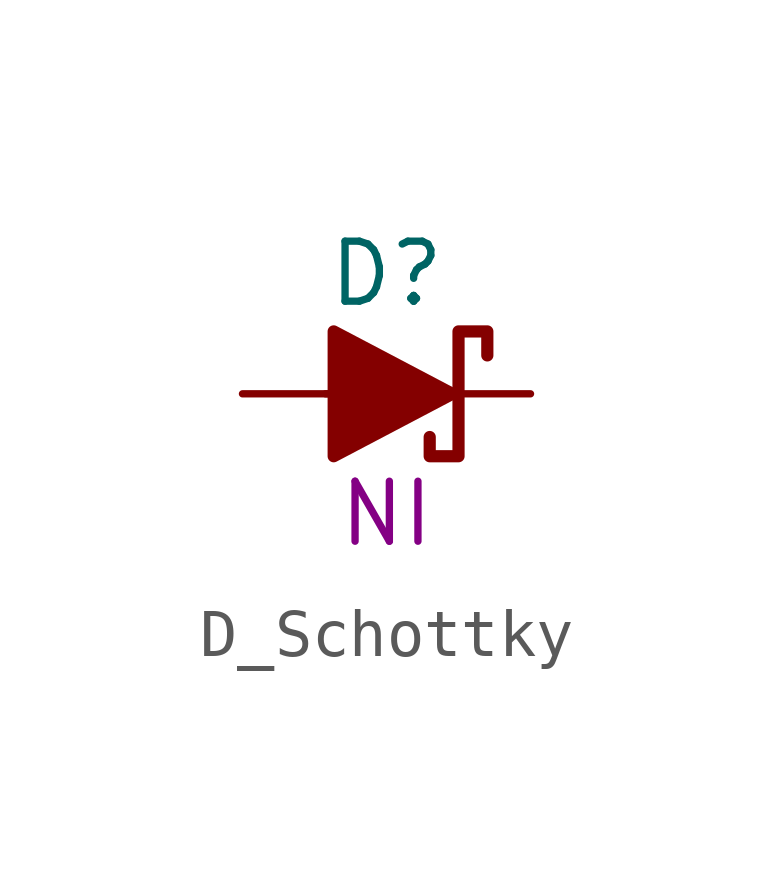
<source format=kicad_sym>
(kicad_symbol_lib
  (version 20241209)
  (generator "kicad_symbol_editor")
  (generator_version "9.0")
  (symbol "D_Schottky"
    (pin_numbers
      (hide yes))
    (pin_names
      (offset 0)
      (hide yes))
    (property "Reference" "D"
      (at 3 2.5 0)
      (do_not_autoplace)
      (effects (font (size 1.25 1.25))))
    (property "Part#" "NI"
      (at 3 -2.5 0)
      (do_not_autoplace)
      (effects (font (size 1.25 1.25))))
    (symbol "D_Schottky_0_1"
      (polyline (pts (xy 1.73 0) (xy 4.27 0)) (stroke (width 0) (type default)) (fill (type none)))
      (polyline (pts (xy 1.9 -1.3) (xy 1.9 1.3) (xy 4.37 0) (xy 1.9 -1.3)) (stroke (width 0.254) (type default)) (fill (type outline)))
      (polyline (pts (xy 3.9 -0.9) (xy 3.9 -1.3) (xy 4.5 -1.3) (xy 4.5 1.3) (xy 5.1 1.3) (xy 5.1 0.8)) (stroke (width 0.254) (type default)) (fill (type none))))
    (symbol "D_Schottky_1_1"
      (pin passive line (at 0 0 0) (length 2.54) (name "A" (effects (font (size 1.25 1.25)))) (number "A" (effects (font (size 1.25 1.25)))))
      (pin passive line (at 6 0 180) (length 2.6) (name "K" (effects (font (size 1.25 1.25)))) (number "K" (effects (font (size 1.25 1.25))))))))
</source>
